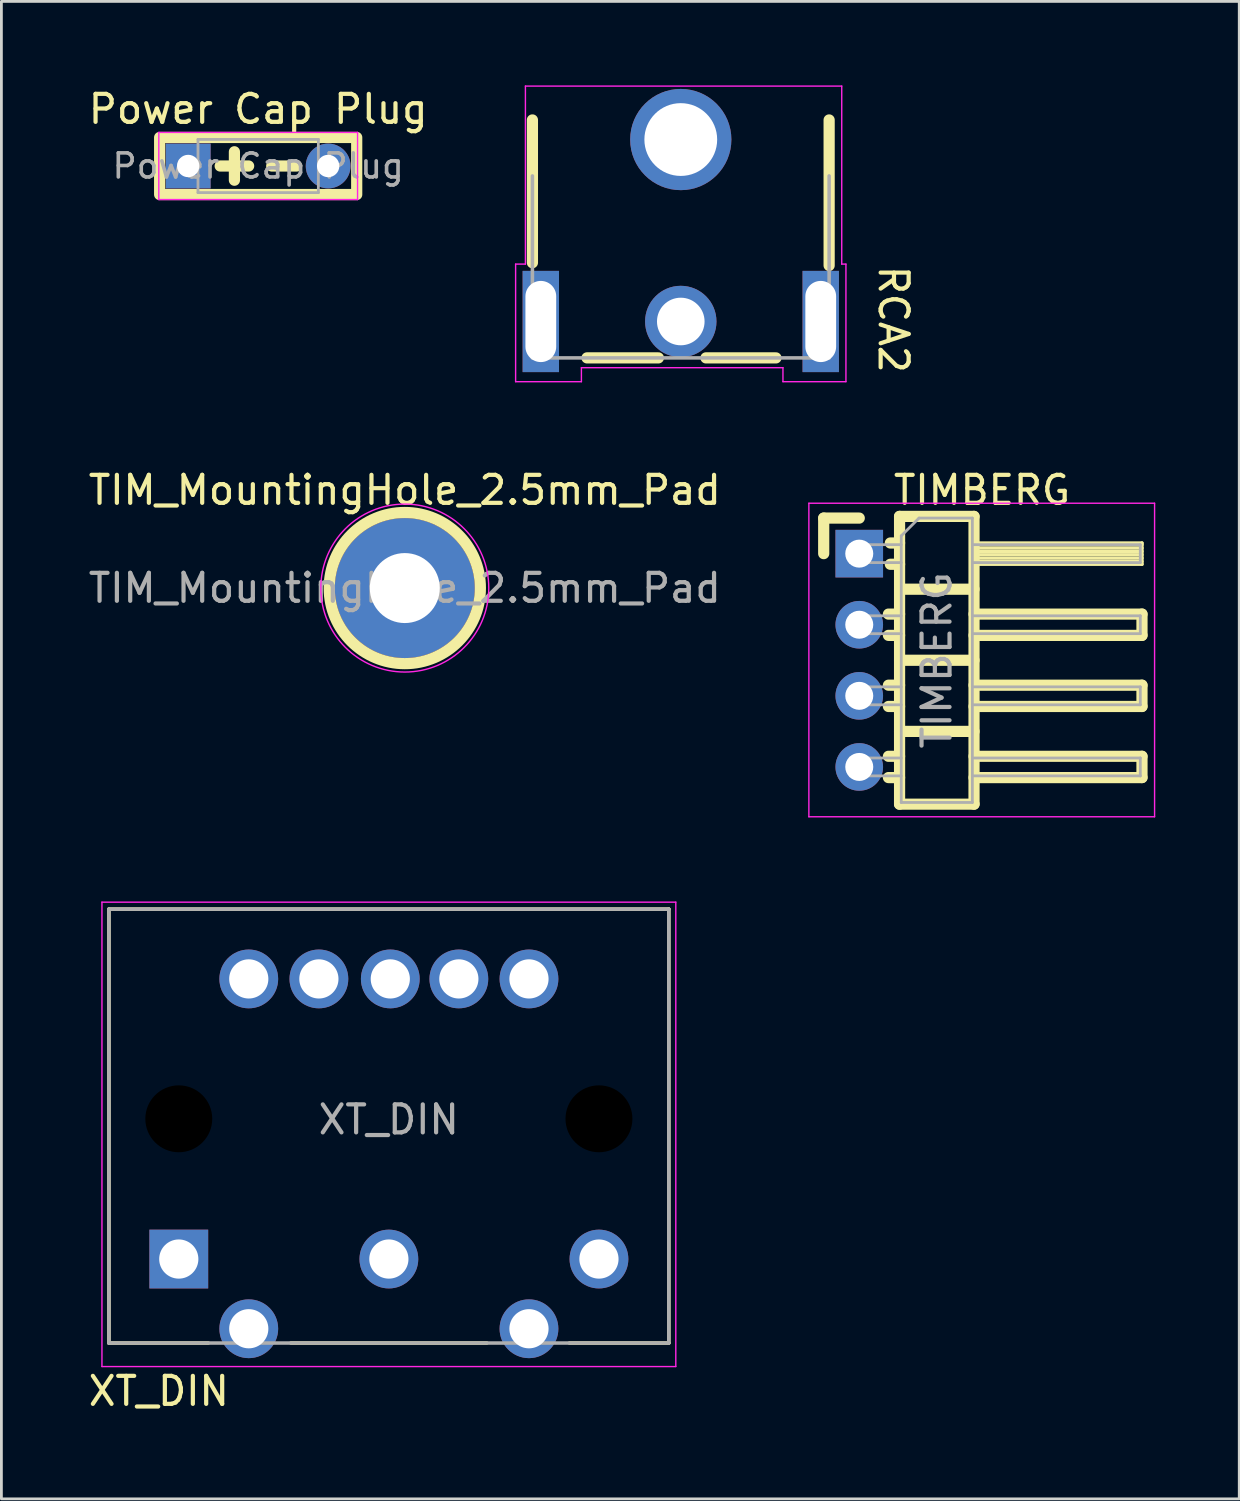
<source format=kicad_pcb>
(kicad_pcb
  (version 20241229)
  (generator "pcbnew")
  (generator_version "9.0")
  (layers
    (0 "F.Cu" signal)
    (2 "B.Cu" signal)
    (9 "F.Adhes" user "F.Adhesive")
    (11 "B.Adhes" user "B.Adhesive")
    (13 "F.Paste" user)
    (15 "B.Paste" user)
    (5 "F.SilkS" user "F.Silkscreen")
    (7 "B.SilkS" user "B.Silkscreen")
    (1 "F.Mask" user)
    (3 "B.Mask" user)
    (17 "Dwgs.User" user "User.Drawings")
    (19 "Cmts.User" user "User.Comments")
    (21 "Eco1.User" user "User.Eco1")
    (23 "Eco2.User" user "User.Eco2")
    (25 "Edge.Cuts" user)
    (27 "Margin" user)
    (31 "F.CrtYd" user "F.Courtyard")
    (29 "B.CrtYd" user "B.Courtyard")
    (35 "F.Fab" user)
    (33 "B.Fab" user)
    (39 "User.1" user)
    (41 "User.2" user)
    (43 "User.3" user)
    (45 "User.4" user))
  (footprint "RCA2"
    (layer "F.Cu")
    (at 21.27 8.425)
    (property "Reference" "RCA2" (at 7.595 -0.07 270) (unlocked yes) (layer "F.SilkS") (effects (font (size 1 1) (thickness 0.15))))
    (attr through_hole)
    (fp_line (start -5.3 -7.19) (end -5.3 -2.09) (stroke (width 0.4) (type solid)) (layer "F.SilkS"))
    (fp_line (start -3.35 1.31) (end -0.8 1.31) (stroke (width 0.4) (type solid)) (layer "F.SilkS"))
    (fp_line (start 0.9 1.31) (end 3.4 1.31) (stroke (width 0.4) (type solid)) (layer "F.SilkS"))
    (fp_line (start 5.3 -1.99) (end 5.3 -7.19) (stroke (width 0.4) (type solid)) (layer "F.SilkS"))
    (fp_line (start -5.9 -2.04) (end -5.55 -2.04) (stroke (width 0.05) (type solid)) (layer "F.CrtYd"))
    (fp_line (start -5.9 2.16) (end -5.9 -2.04) (stroke (width 0.05) (type solid)) (layer "F.CrtYd"))
    (fp_line (start -5.9 2.16) (end -3.55 2.16) (stroke (width 0.05) (type solid)) (layer "F.CrtYd"))
    (fp_line (start -5.55 -8.4) (end -5.55 -2.04) (stroke (width 0.05) (type solid)) (layer "F.CrtYd"))
    (fp_line (start -3.55 1.66) (end -3.55 2.16) (stroke (width 0.05) (type solid)) (layer "F.CrtYd"))
    (fp_line (start 3.65 1.66) (end -3.55 1.66) (stroke (width 0.05) (type solid)) (layer "F.CrtYd"))
    (fp_line (start 3.65 2.16) (end 3.65 1.66) (stroke (width 0.05) (type solid)) (layer "F.CrtYd"))
    (fp_line (start 5.75 -8.4) (end -5.55 -8.4) (stroke (width 0.05) (type solid)) (layer "F.CrtYd"))
    (fp_line (start 5.75 -2.04) (end 5.75 -8.4) (stroke (width 0.05) (type solid)) (layer "F.CrtYd"))
    (fp_line (start 5.75 -2.04) (end 5.9 -2.04) (stroke (width 0.05) (type solid)) (layer "F.CrtYd"))
    (fp_line (start 5.9 -2.04) (end 5.9 2.16) (stroke (width 0.05) (type solid)) (layer "F.CrtYd"))
    (fp_line (start 5.9 2.16) (end 3.65 2.16) (stroke (width 0.05) (type solid)) (layer "F.CrtYd"))
    (fp_line (start -5.3 -5.19) (end -5.3 1.31) (stroke (width 0.127) (type solid)) (layer "F.Fab"))
    (fp_line (start -5.3 1.31) (end 5.3 1.31) (stroke (width 0.127) (type solid)) (layer "F.Fab"))
    (fp_line (start 5.3 1.31) (end 5.3 -5.19) (stroke (width 0.127) (type solid)) (layer "F.Fab"))
    (pad "1" thru_hole circle (at 0 0.01 270) (size 2.55 2.55) (drill 1.7) (layers "*.Cu" "*.Mask"))
    (pad "2" thru_hole rect (at -5 0.01 270) (size 3.616 1.3) (drill oval 2.9 1.1) (layers "*.Cu" "*.Mask"))
    (pad "2" thru_hole circle (at 0 -6.49 270) (size 3.616 3.616) (drill 2.6) (layers "*.Cu" "*.Mask"))
    (pad "2" thru_hole rect (at 5 0.01 270) (size 3.616 1.3) (drill oval 2.9 1.1) (layers "*.Cu" "*.Mask")))
  (footprint "TIM_MountingHole_2.5mm_Pad"
    (layer "F.Cu")
    (at 11.411 17.958)
    (property "Reference" "TIM_MountingHole_2.5mm_Pad" (at 0 -3.5 0) (layer "F.SilkS") (effects (font (size 1 1) (thickness 0.15))))
    (attr exclude_from_pos_files exclude_from_bom)
    (fp_circle (center 0 0) (end 2.7 0) (stroke (width 0.4) (type solid)) (fill no) (layer "F.SilkS"))
    (fp_circle (center 0 0) (end 3 0) (stroke (width 0.05) (type solid)) (fill no) (layer "F.CrtYd"))
    (fp_text user "${REFERENCE}" (at 0 0 0) (layer "F.Fab") (effects (font (size 1 1) (thickness 0.15))))
    (pad "1" thru_hole circle (at 0 0) (size 5 5) (drill 2.5) (layers "*.Cu" "*.Mask")))
  (footprint "XT_DIN"
    (layer "F.Cu")
    (at 10.829 36.918)
    (property "Reference" "XT_DIN" (at -8.204 9.728 0) (unlocked yes) (layer "F.SilkS") (effects (font (size 1 1) (thickness 0.15))))
    (fp_circle (center -7.492 0) (end -7.492 0.725) (stroke (width 1.449) (type solid)) (fill no) (layer "F.Mask"))
    (fp_circle (center 7.518 0) (end 7.518 0.725) (stroke (width 1.449) (type solid)) (fill no) (layer "F.Mask"))
    (fp_circle (center -7.492 0) (end -7.492 0.725) (stroke (width 1.449) (type solid)) (fill no) (layer "B.Mask"))
    (fp_circle (center 7.518 0) (end 7.518 0.725) (stroke (width 1.449) (type solid)) (fill no) (layer "B.Mask"))
    (fp_line (start -9.987 -7.49) (end 10.013 -7.49) (stroke (width 0.127) (type solid)) (layer "F.SilkS"))
    (fp_line (start -9.987 8.01) (end -9.987 -7.49) (stroke (width 0.127) (type solid)) (layer "F.SilkS"))
    (fp_line (start -6.437 8.01) (end -9.987 8.01) (stroke (width 0.127) (type solid)) (layer "F.SilkS"))
    (fp_line (start 3.513 8.01) (end -3.487 8.01) (stroke (width 0.127) (type solid)) (layer "F.SilkS"))
    (fp_line (start 10.013 -7.49) (end 10.013 8.01) (stroke (width 0.127) (type solid)) (layer "F.SilkS"))
    (fp_line (start 10.013 8.01) (end 6.463 8.01) (stroke (width 0.127) (type solid)) (layer "F.SilkS"))
    (fp_line (start -10.237 -7.74) (end 10.263 -7.74) (stroke (width 0.05) (type solid)) (layer "F.CrtYd"))
    (fp_line (start -10.237 8.85) (end -10.237 -7.74) (stroke (width 0.05) (type solid)) (layer "F.CrtYd"))
    (fp_line (start 10.263 -7.74) (end 10.263 8.85) (stroke (width 0.05) (type solid)) (layer "F.CrtYd"))
    (fp_line (start 10.263 8.85) (end -10.237 8.85) (stroke (width 0.05) (type solid)) (layer "F.CrtYd"))
    (fp_line (start -9.987 -7.49) (end 10.013 -7.49) (stroke (width 0.127) (type solid)) (layer "F.Fab"))
    (fp_line (start -9.987 8.01) (end -9.987 -7.49) (stroke (width 0.127) (type solid)) (layer "F.Fab"))
    (fp_line (start 10.013 -7.49) (end 10.013 8.01) (stroke (width 0.127) (type solid)) (layer "F.Fab"))
    (fp_line (start 10.013 8.01) (end -9.987 8.01) (stroke (width 0.127) (type solid)) (layer "F.Fab"))
    (fp_text user "${REFERENCE}" (at 0.01 0.03 0) (unlocked yes) (layer "F.Fab") (effects (font (size 1 1) (thickness 0.15))))
    (pad "" np_thru_hole circle (at -7.492 0 270) (size 2.39 2.39) (drill 2.39) (layers "*.Mask"))
    (pad "" np_thru_hole circle (at 7.518 0 270) (size 2.39 2.39) (drill 2.39) (layers "*.Mask"))
    (pad "1" thru_hole rect (at -7.492 5.01 270) (size 2.1 2.1) (drill 1.4) (layers "*.Cu" "*.Mask"))
    (pad "2" thru_hole circle (at 0.013 5.01 270) (size 2.1 2.1) (drill 1.4) (layers "*.Cu" "*.Mask"))
    (pad "3" thru_hole circle (at 7.518 5.01 270) (size 2.1 2.1) (drill 1.4) (layers "*.Cu" "*.Mask"))
    (pad "4" thru_hole circle (at -4.992 7.5 270) (size 2.1 2.1) (drill 1.4) (layers "*.Cu" "*.Mask"))
    (pad "5" thru_hole circle (at 5.018 7.5 270) (size 2.1 2.1) (drill 1.4) (layers "*.Cu" "*.Mask"))
    (pad "G" thru_hole circle (at -4.992 -4.997 270) (size 2.1 2.1) (drill 1.4) (layers "*.Cu" "*.Mask"))
    (pad "G" thru_hole circle (at -2.487 -4.997 270) (size 2.1 2.1) (drill 1.4) (layers "*.Cu" "*.Mask"))
    (pad "G" thru_hole circle (at 0.064 -4.997 270) (size 2.1 2.1) (drill 1.4) (layers "*.Cu" "*.Mask"))
    (pad "G" thru_hole circle (at 2.513 -4.997 270) (size 2.1 2.1) (drill 1.4) (layers "*.Cu" "*.Mask"))
    (pad "G" thru_hole circle (at 5.018 -4.997 270) (size 2.1 2.1) (drill 1.4) (layers "*.Cu" "*.Mask")))
  (footprint "Power Cap Plug"
    (layer "F.Cu")
    (at 3.673 2.88)
    (property "Reference" "Power Cap Plug" (at 2.5 -2.032 0) (layer "F.SilkS") (effects (font (size 1 1) (thickness 0.15))))
    (attr through_hole)
    (fp_line (start 1.143 0) (end 2.159 0) (stroke (width 0.4) (type default)) (layer "F.SilkS"))
    (fp_line (start 1.651 -0.508) (end 1.651 0.508) (stroke (width 0.4) (type default)) (layer "F.SilkS"))
    (fp_line (start 2.985 0) (end 3.873 0) (stroke (width 0.4) (type default)) (layer "F.SilkS"))
    (fp_rect (start -1.02 -1.02) (end 6.02 1.02) (stroke (width 0.4) (type default)) (fill no) (layer "F.SilkS"))
    (fp_line (start -1.05 -1.2) (end -1.05 1.2) (stroke (width 0.05) (type solid)) (layer "F.CrtYd"))
    (fp_line (start -1.05 1.2) (end 6.05 1.2) (stroke (width 0.05) (type solid)) (layer "F.CrtYd"))
    (fp_line (start 6.05 -1.2) (end -1.05 -1.2) (stroke (width 0.05) (type solid)) (layer "F.CrtYd"))
    (fp_line (start 6.05 1.2) (end 6.05 -1.2) (stroke (width 0.05) (type solid)) (layer "F.CrtYd"))
    (fp_line (start 0.35 -0.95) (end 0.35 0.95) (stroke (width 0.1) (type solid)) (layer "F.Fab"))
    (fp_line (start 0.35 0.95) (end 4.65 0.95) (stroke (width 0.1) (type solid)) (layer "F.Fab"))
    (fp_line (start 4.65 -0.95) (end 0.35 -0.95) (stroke (width 0.1) (type solid)) (layer "F.Fab"))
    (fp_line (start 4.65 0.95) (end 4.65 -0.95) (stroke (width 0.1) (type solid)) (layer "F.Fab"))
    (fp_text user "${REFERENCE}" (at 2.5 0 0) (layer "F.Fab") (effects (font (size 0.86 0.86) (thickness 0.129))))
    (pad "1" thru_hole rect (at 0 0) (size 1.6 1.6) (drill 0.8) (layers "*.Cu" "*.Mask"))
    (pad "2" thru_hole circle (at 5 0) (size 1.6 1.6) (drill 0.8) (layers "*.Cu" "*.Mask")))
  (footprint "TIMBERG"
    (layer "F.Cu")
    (at 27.646 16.728)
    (property "Reference" "TIMBERG" (at 4.385 -2.27 0) (layer "F.SilkS") (effects (font (size 1 1) (thickness 0.15))))
    (attr through_hole)
    (fp_line (start -1.27 -1.27) (end 0 -1.27) (stroke (width 0.4) (type solid)) (layer "F.SilkS"))
    (fp_line (start -1.27 0) (end -1.27 -1.27) (stroke (width 0.4) (type solid)) (layer "F.SilkS"))
    (fp_line (start 1.043 2.16) (end 1.44 2.16) (stroke (width 0.4) (type solid)) (layer "F.SilkS"))
    (fp_line (start 1.043 2.92) (end 1.44 2.92) (stroke (width 0.4) (type solid)) (layer "F.SilkS"))
    (fp_line (start 1.043 4.7) (end 1.44 4.7) (stroke (width 0.4) (type solid)) (layer "F.SilkS"))
    (fp_line (start 1.043 5.46) (end 1.44 5.46) (stroke (width 0.4) (type solid)) (layer "F.SilkS"))
    (fp_line (start 1.043 7.24) (end 1.44 7.24) (stroke (width 0.4) (type solid)) (layer "F.SilkS"))
    (fp_line (start 1.043 8) (end 1.44 8) (stroke (width 0.4) (type solid)) (layer "F.SilkS"))
    (fp_line (start 1.11 -0.38) (end 1.44 -0.38) (stroke (width 0.4) (type solid)) (layer "F.SilkS"))
    (fp_line (start 1.11 0.38) (end 1.44 0.38) (stroke (width 0.4) (type solid)) (layer "F.SilkS"))
    (fp_line (start 1.44 -1.33) (end 1.44 8.95) (stroke (width 0.4) (type solid)) (layer "F.SilkS"))
    (fp_line (start 1.44 1.27) (end 4.1 1.27) (stroke (width 0.4) (type solid)) (layer "F.SilkS"))
    (fp_line (start 1.44 3.81) (end 4.1 3.81) (stroke (width 0.4) (type solid)) (layer "F.SilkS"))
    (fp_line (start 1.44 6.35) (end 4.1 6.35) (stroke (width 0.4) (type solid)) (layer "F.SilkS"))
    (fp_line (start 1.44 8.95) (end 4.1 8.95) (stroke (width 0.4) (type solid)) (layer "F.SilkS"))
    (fp_line (start 4.1 -1.33) (end 1.44 -1.33) (stroke (width 0.4) (type solid)) (layer "F.SilkS"))
    (fp_line (start 4.1 -0.38) (end 10.1 -0.38) (stroke (width 0.12) (type solid)) (layer "F.SilkS"))
    (fp_line (start 4.1 -0.32) (end 10.1 -0.32) (stroke (width 0.12) (type solid)) (layer "F.SilkS"))
    (fp_line (start 4.1 -0.2) (end 10.1 -0.2) (stroke (width 0.12) (type solid)) (layer "F.SilkS"))
    (fp_line (start 4.1 -0.08) (end 10.1 -0.08) (stroke (width 0.12) (type solid)) (layer "F.SilkS"))
    (fp_line (start 4.1 0.04) (end 10.1 0.04) (stroke (width 0.12) (type solid)) (layer "F.SilkS"))
    (fp_line (start 4.1 0.16) (end 10.1 0.16) (stroke (width 0.12) (type solid)) (layer "F.SilkS"))
    (fp_line (start 4.1 0.28) (end 10.1 0.28) (stroke (width 0.12) (type solid)) (layer "F.SilkS"))
    (fp_line (start 4.1 2.16) (end 10.1 2.16) (stroke (width 0.4) (type solid)) (layer "F.SilkS"))
    (fp_line (start 4.1 4.7) (end 10.1 4.7) (stroke (width 0.4) (type solid)) (layer "F.SilkS"))
    (fp_line (start 4.1 7.24) (end 10.1 7.24) (stroke (width 0.4) (type solid)) (layer "F.SilkS"))
    (fp_line (start 4.1 8.95) (end 4.1 -1.33) (stroke (width 0.4) (type solid)) (layer "F.SilkS"))
    (fp_line (start 10.1 -0.38) (end 10.1 0.38) (stroke (width 0.12) (type solid)) (layer "F.SilkS"))
    (fp_line (start 10.1 0.38) (end 4.1 0.38) (stroke (width 0.12) (type solid)) (layer "F.SilkS"))
    (fp_line (start 10.1 2.16) (end 10.1 2.92) (stroke (width 0.4) (type solid)) (layer "F.SilkS"))
    (fp_line (start 10.1 2.92) (end 4.1 2.92) (stroke (width 0.4) (type solid)) (layer "F.SilkS"))
    (fp_line (start 10.1 4.7) (end 10.1 5.46) (stroke (width 0.4) (type solid)) (layer "F.SilkS"))
    (fp_line (start 10.1 5.46) (end 4.1 5.46) (stroke (width 0.4) (type solid)) (layer "F.SilkS"))
    (fp_line (start 10.1 7.24) (end 10.1 8) (stroke (width 0.4) (type solid)) (layer "F.SilkS"))
    (fp_line (start 10.1 8) (end 4.1 8) (stroke (width 0.4) (type solid)) (layer "F.SilkS"))
    (fp_line (start -1.8 -1.8) (end -1.8 9.4) (stroke (width 0.05) (type solid)) (layer "F.CrtYd"))
    (fp_line (start -1.8 9.4) (end 10.55 9.4) (stroke (width 0.05) (type solid)) (layer "F.CrtYd"))
    (fp_line (start 10.55 -1.8) (end -1.8 -1.8) (stroke (width 0.05) (type solid)) (layer "F.CrtYd"))
    (fp_line (start 10.55 9.4) (end 10.55 -1.8) (stroke (width 0.05) (type solid)) (layer "F.CrtYd"))
    (fp_line (start -0.32 -0.32) (end -0.32 0.32) (stroke (width 0.1) (type solid)) (layer "F.Fab"))
    (fp_line (start -0.32 -0.32) (end 1.5 -0.32) (stroke (width 0.1) (type solid)) (layer "F.Fab"))
    (fp_line (start -0.32 0.32) (end 1.5 0.32) (stroke (width 0.1) (type solid)) (layer "F.Fab"))
    (fp_line (start -0.32 2.22) (end -0.32 2.86) (stroke (width 0.1) (type solid)) (layer "F.Fab"))
    (fp_line (start -0.32 2.22) (end 1.5 2.22) (stroke (width 0.1) (type solid)) (layer "F.Fab"))
    (fp_line (start -0.32 2.86) (end 1.5 2.86) (stroke (width 0.1) (type solid)) (layer "F.Fab"))
    (fp_line (start -0.32 4.76) (end -0.32 5.4) (stroke (width 0.1) (type solid)) (layer "F.Fab"))
    (fp_line (start -0.32 4.76) (end 1.5 4.76) (stroke (width 0.1) (type solid)) (layer "F.Fab"))
    (fp_line (start -0.32 5.4) (end 1.5 5.4) (stroke (width 0.1) (type solid)) (layer "F.Fab"))
    (fp_line (start -0.32 7.3) (end -0.32 7.94) (stroke (width 0.1) (type solid)) (layer "F.Fab"))
    (fp_line (start -0.32 7.3) (end 1.5 7.3) (stroke (width 0.1) (type solid)) (layer "F.Fab"))
    (fp_line (start -0.32 7.94) (end 1.5 7.94) (stroke (width 0.1) (type solid)) (layer "F.Fab"))
    (fp_line (start 1.5 -0.635) (end 2.135 -1.27) (stroke (width 0.1) (type solid)) (layer "F.Fab"))
    (fp_line (start 1.5 8.89) (end 1.5 -0.635) (stroke (width 0.1) (type solid)) (layer "F.Fab"))
    (fp_line (start 2.135 -1.27) (end 4.04 -1.27) (stroke (width 0.1) (type solid)) (layer "F.Fab"))
    (fp_line (start 4.04 -1.27) (end 4.04 8.89) (stroke (width 0.1) (type solid)) (layer "F.Fab"))
    (fp_line (start 4.04 -0.32) (end 10.04 -0.32) (stroke (width 0.1) (type solid)) (layer "F.Fab"))
    (fp_line (start 4.04 0.32) (end 10.04 0.32) (stroke (width 0.1) (type solid)) (layer "F.Fab"))
    (fp_line (start 4.04 2.22) (end 10.04 2.22) (stroke (width 0.1) (type solid)) (layer "F.Fab"))
    (fp_line (start 4.04 2.86) (end 10.04 2.86) (stroke (width 0.1) (type solid)) (layer "F.Fab"))
    (fp_line (start 4.04 4.76) (end 10.04 4.76) (stroke (width 0.1) (type solid)) (layer "F.Fab"))
    (fp_line (start 4.04 5.4) (end 10.04 5.4) (stroke (width 0.1) (type solid)) (layer "F.Fab"))
    (fp_line (start 4.04 7.3) (end 10.04 7.3) (stroke (width 0.1) (type solid)) (layer "F.Fab"))
    (fp_line (start 4.04 7.94) (end 10.04 7.94) (stroke (width 0.1) (type solid)) (layer "F.Fab"))
    (fp_line (start 4.04 8.89) (end 1.5 8.89) (stroke (width 0.1) (type solid)) (layer "F.Fab"))
    (fp_line (start 10.04 -0.32) (end 10.04 0.32) (stroke (width 0.1) (type solid)) (layer "F.Fab"))
    (fp_line (start 10.04 2.22) (end 10.04 2.86) (stroke (width 0.1) (type solid)) (layer "F.Fab"))
    (fp_line (start 10.04 4.76) (end 10.04 5.4) (stroke (width 0.1) (type solid)) (layer "F.Fab"))
    (fp_line (start 10.04 7.3) (end 10.04 7.94) (stroke (width 0.1) (type solid)) (layer "F.Fab"))
    (fp_text user "${REFERENCE}" (at 2.77 3.81 90) (layer "F.Fab") (effects (font (size 1 1) (thickness 0.15))))
    (pad "1" thru_hole rect (at 0 0) (size 1.7 1.7) (drill 1) (layers "*.Cu" "*.Mask"))
    (pad "2" thru_hole oval (at 0 2.54) (size 1.7 1.7) (drill 1) (layers "*.Cu" "*.Mask"))
    (pad "3" thru_hole oval (at 0 5.08) (size 1.7 1.7) (drill 1) (layers "*.Cu" "*.Mask"))
    (pad "4" thru_hole oval (at 0 7.62) (size 1.7 1.7) (drill 1) (layers "*.Cu" "*.Mask")))
  (gr_rect
    (start -3 -3)
    (end 41.221 50.495)
    (stroke (width 0.1) (type default))
    (fill no)
    (layer "Edge.Cuts")))
</source>
